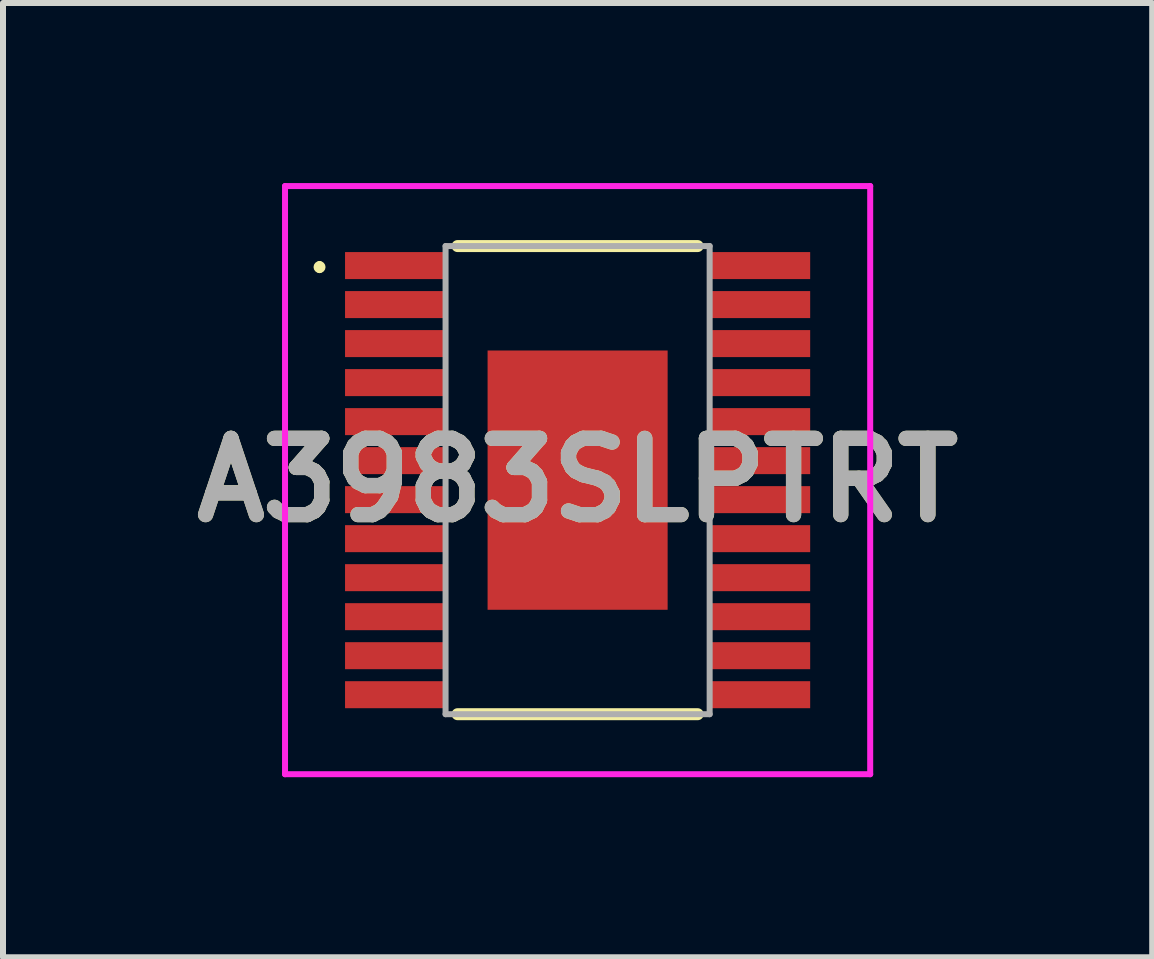
<source format=kicad_pcb>
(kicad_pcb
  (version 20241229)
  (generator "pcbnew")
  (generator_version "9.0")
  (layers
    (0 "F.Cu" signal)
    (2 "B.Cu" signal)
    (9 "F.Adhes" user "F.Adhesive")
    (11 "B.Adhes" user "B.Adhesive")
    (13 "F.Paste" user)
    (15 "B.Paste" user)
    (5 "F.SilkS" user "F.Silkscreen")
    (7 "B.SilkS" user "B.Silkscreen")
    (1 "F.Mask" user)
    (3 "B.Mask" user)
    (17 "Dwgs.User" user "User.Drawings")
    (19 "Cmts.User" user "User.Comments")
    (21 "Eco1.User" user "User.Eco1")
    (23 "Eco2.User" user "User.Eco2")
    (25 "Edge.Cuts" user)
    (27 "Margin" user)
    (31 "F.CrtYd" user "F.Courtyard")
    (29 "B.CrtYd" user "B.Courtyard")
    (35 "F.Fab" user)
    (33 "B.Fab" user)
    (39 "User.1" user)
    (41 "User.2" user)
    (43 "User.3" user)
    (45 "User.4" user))
  (footprint "A3983SLPTRT"
    (layer "F.Cu")
    (at 6.574 4.95)
    (property "Reference" "A3983SLPTRT" (at 0 0 0) (layer "F.SilkS") (effects (font (size 1.27 1.27) (thickness 0.254))))
    (attr smd)
    (fp_line (start -4.3 -3.6) (end -4.3 -3.6) (stroke (width 0.1) (type solid)) (layer "F.SilkS"))
    (fp_line (start -4.3 -3.5) (end -4.3 -3.5) (stroke (width 0.1) (type solid)) (layer "F.SilkS"))
    (fp_line (start -2 -3.9) (end 2 -3.9) (stroke (width 0.2) (type solid)) (layer "F.SilkS"))
    (fp_line (start -2 3.9) (end 2 3.9) (stroke (width 0.2) (type solid)) (layer "F.SilkS"))
    (fp_arc (start -4.3 -3.6) (mid -4.25 -3.55) (end -4.3 -3.5) (stroke (width 0.1) (type solid)) (layer "F.SilkS"))
    (fp_arc (start -4.3 -3.5) (mid -4.35 -3.55) (end -4.3 -3.6) (stroke (width 0.1) (type solid)) (layer "F.SilkS"))
    (fp_line (start -4.875 -4.9) (end 4.875 -4.9) (stroke (width 0.1) (type solid)) (layer "F.CrtYd"))
    (fp_line (start -4.875 4.9) (end -4.875 -4.9) (stroke (width 0.1) (type solid)) (layer "F.CrtYd"))
    (fp_line (start 4.875 -4.9) (end 4.875 4.9) (stroke (width 0.1) (type solid)) (layer "F.CrtYd"))
    (fp_line (start 4.875 4.9) (end -4.875 4.9) (stroke (width 0.1) (type solid)) (layer "F.CrtYd"))
    (fp_line (start -2.2 -3.9) (end 2.2 -3.9) (stroke (width 0.1) (type solid)) (layer "F.Fab"))
    (fp_line (start -2.2 3.9) (end -2.2 -3.9) (stroke (width 0.1) (type solid)) (layer "F.Fab"))
    (fp_line (start 2.2 -3.9) (end 2.2 3.9) (stroke (width 0.1) (type solid)) (layer "F.Fab"))
    (fp_line (start 2.2 3.9) (end -2.2 3.9) (stroke (width 0.1) (type solid)) (layer "F.Fab"))
    (fp_text user "${REFERENCE}" (at 0 0 0) (layer "F.Fab") (effects (font (size 1.27 1.27) (thickness 0.254))))
    (pad "1" smd rect (at -3.05 -3.575 90) (size 0.45 1.65) (layers "F.Cu" "F.Mask" "F.Paste"))
    (pad "2" smd rect (at -3.05 -2.925 90) (size 0.45 1.65) (layers "F.Cu" "F.Mask" "F.Paste"))
    (pad "3" smd rect (at -3.05 -2.275 90) (size 0.45 1.65) (layers "F.Cu" "F.Mask" "F.Paste"))
    (pad "4" smd rect (at -3.05 -1.625 90) (size 0.45 1.65) (layers "F.Cu" "F.Mask" "F.Paste"))
    (pad "5" smd rect (at -3.05 -0.975 90) (size 0.45 1.65) (layers "F.Cu" "F.Mask" "F.Paste"))
    (pad "6" smd rect (at -3.05 -0.325 90) (size 0.45 1.65) (layers "F.Cu" "F.Mask" "F.Paste"))
    (pad "7" smd rect (at -3.05 0.325 90) (size 0.45 1.65) (layers "F.Cu" "F.Mask" "F.Paste"))
    (pad "8" smd rect (at -3.05 0.975 90) (size 0.45 1.65) (layers "F.Cu" "F.Mask" "F.Paste"))
    (pad "9" smd rect (at -3.05 1.625 90) (size 0.45 1.65) (layers "F.Cu" "F.Mask" "F.Paste"))
    (pad "10" smd rect (at -3.05 2.275 90) (size 0.45 1.65) (layers "F.Cu" "F.Mask" "F.Paste"))
    (pad "11" smd rect (at -3.05 2.925 90) (size 0.45 1.65) (layers "F.Cu" "F.Mask" "F.Paste"))
    (pad "12" smd rect (at -3.05 3.575 90) (size 0.45 1.65) (layers "F.Cu" "F.Mask" "F.Paste"))
    (pad "13" smd rect (at 3.05 3.575 90) (size 0.45 1.65) (layers "F.Cu" "F.Mask" "F.Paste"))
    (pad "14" smd rect (at 3.05 2.925 90) (size 0.45 1.65) (layers "F.Cu" "F.Mask" "F.Paste"))
    (pad "15" smd rect (at 3.05 2.275 90) (size 0.45 1.65) (layers "F.Cu" "F.Mask" "F.Paste"))
    (pad "16" smd rect (at 3.05 1.625 90) (size 0.45 1.65) (layers "F.Cu" "F.Mask" "F.Paste"))
    (pad "17" smd rect (at 3.05 0.975 90) (size 0.45 1.65) (layers "F.Cu" "F.Mask" "F.Paste"))
    (pad "18" smd rect (at 3.05 0.325 90) (size 0.45 1.65) (layers "F.Cu" "F.Mask" "F.Paste"))
    (pad "19" smd rect (at 3.05 -0.325 90) (size 0.45 1.65) (layers "F.Cu" "F.Mask" "F.Paste"))
    (pad "20" smd rect (at 3.05 -0.975 90) (size 0.45 1.65) (layers "F.Cu" "F.Mask" "F.Paste"))
    (pad "21" smd rect (at 3.05 -1.625 90) (size 0.45 1.65) (layers "F.Cu" "F.Mask" "F.Paste"))
    (pad "22" smd rect (at 3.05 -2.275 90) (size 0.45 1.65) (layers "F.Cu" "F.Mask" "F.Paste"))
    (pad "23" smd rect (at 3.05 -2.925 90) (size 0.45 1.65) (layers "F.Cu" "F.Mask" "F.Paste"))
    (pad "24" smd rect (at 3.05 -3.575 90) (size 0.45 1.65) (layers "F.Cu" "F.Mask" "F.Paste"))
    (pad "25" smd rect (at 0 0) (size 3 4.32) (layers "F.Cu" "F.Mask" "F.Paste")))
  (gr_rect
    (start -3 -3)
    (end 16.148 12.9)
    (stroke (width 0.1) (type default))
    (fill no)
    (layer "Edge.Cuts")))
</source>
